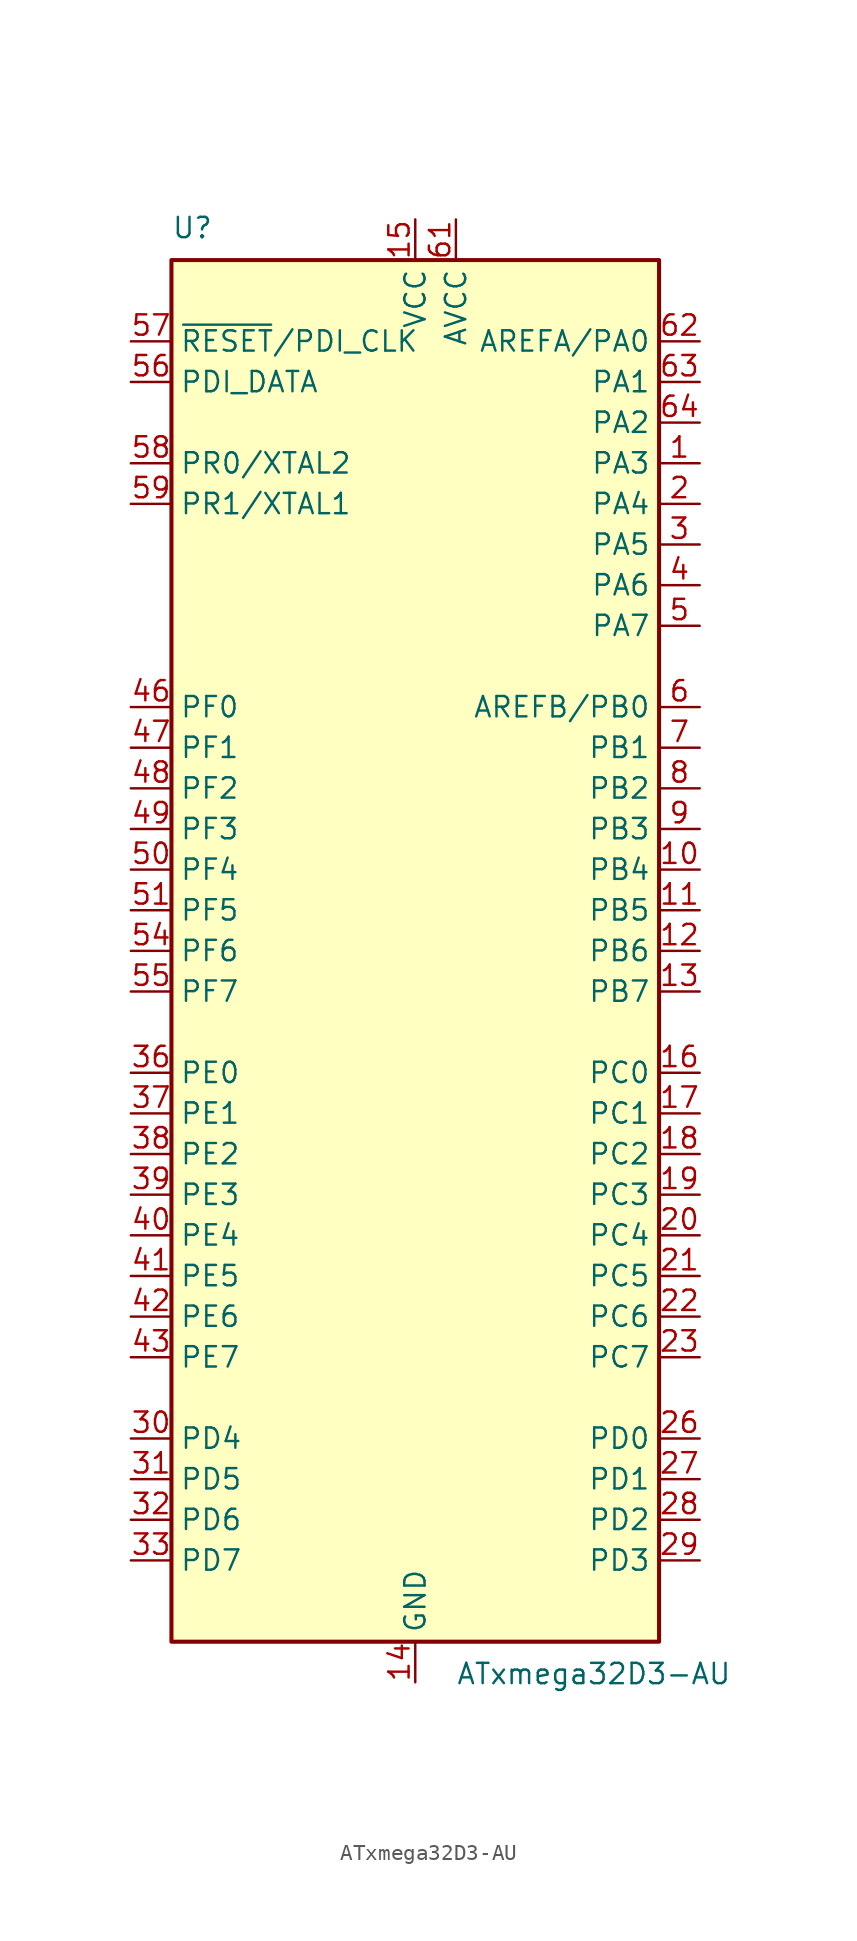
<source format=kicad_sym>
(kicad_symbol_lib
  (version 20201005)
  (generator kicad_symbol_editor)
  (symbol "ATxmega32D3-AU"
    (property "Reference" "U"
      (at -15.24 44.45 0)
      (effects (font (size 1.27 1.27)) (justify left bottom)))
    (property "Value" "ATxmega32D3-AU"
      (at 2.54 -44.45 0)
      (effects (font (size 1.27 1.27)) (justify left top)))
    (symbol "ATxmega32D3-AU_0_1"
      (rectangle (start -15.24 -43.18) (end 15.24 43.18) (stroke (width 0.254)) (fill (type background))))
    (symbol "ATxmega32D3-AU_1_1"
      (pin tri_state line (at 17.78 30.48 180) (length 2.54) (name "PA3" (effects (font (size 1.27 1.27)))) (number "1" (effects (font (size 1.27 1.27)))))
      (pin tri_state line (at 17.78 5.08 180) (length 2.54) (name "PB4" (effects (font (size 1.27 1.27)))) (number "10" (effects (font (size 1.27 1.27)))))
      (pin tri_state line (at 17.78 2.54 180) (length 2.54) (name "PB5" (effects (font (size 1.27 1.27)))) (number "11" (effects (font (size 1.27 1.27)))))
      (pin tri_state line (at 17.78 0 180) (length 2.54) (name "PB6" (effects (font (size 1.27 1.27)))) (number "12" (effects (font (size 1.27 1.27)))))
      (pin tri_state line (at 17.78 -2.54 180) (length 2.54) (name "PB7" (effects (font (size 1.27 1.27)))) (number "13" (effects (font (size 1.27 1.27)))))
      (pin power_in line (at 0 -45.72 90) (length 2.54) (name "GND" (effects (font (size 1.27 1.27)))) (number "14" (effects (font (size 1.27 1.27)))))
      (pin power_in line (at 0 45.72 270) (length 2.54) (name "VCC" (effects (font (size 1.27 1.27)))) (number "15" (effects (font (size 1.27 1.27)))))
      (pin tri_state line (at 17.78 -7.62 180) (length 2.54) (name "PC0" (effects (font (size 1.27 1.27)))) (number "16" (effects (font (size 1.27 1.27)))))
      (pin tri_state line (at 17.78 -10.16 180) (length 2.54) (name "PC1" (effects (font (size 1.27 1.27)))) (number "17" (effects (font (size 1.27 1.27)))))
      (pin tri_state line (at 17.78 -12.7 180) (length 2.54) (name "PC2" (effects (font (size 1.27 1.27)))) (number "18" (effects (font (size 1.27 1.27)))))
      (pin tri_state line (at 17.78 -15.24 180) (length 2.54) (name "PC3" (effects (font (size 1.27 1.27)))) (number "19" (effects (font (size 1.27 1.27)))))
      (pin tri_state line (at 17.78 27.94 180) (length 2.54) (name "PA4" (effects (font (size 1.27 1.27)))) (number "2" (effects (font (size 1.27 1.27)))))
      (pin tri_state line (at 17.78 -17.78 180) (length 2.54) (name "PC4" (effects (font (size 1.27 1.27)))) (number "20" (effects (font (size 1.27 1.27)))))
      (pin tri_state line (at 17.78 -20.32 180) (length 2.54) (name "PC5" (effects (font (size 1.27 1.27)))) (number "21" (effects (font (size 1.27 1.27)))))
      (pin tri_state line (at 17.78 -22.86 180) (length 2.54) (name "PC6" (effects (font (size 1.27 1.27)))) (number "22" (effects (font (size 1.27 1.27)))))
      (pin tri_state line (at 17.78 -25.4 180) (length 2.54) (name "PC7" (effects (font (size 1.27 1.27)))) (number "23" (effects (font (size 1.27 1.27)))))
      (pin passive line (at 0 -45.72 90) (length 2.54) hide (name "GND" (effects (font (size 1.27 1.27)))) (number "24" (effects (font (size 1.27 1.27)))))
      (pin passive line (at 0 45.72 270) (length 2.54) hide (name "VCC" (effects (font (size 1.27 1.27)))) (number "25" (effects (font (size 1.27 1.27)))))
      (pin tri_state line (at 17.78 -30.48 180) (length 2.54) (name "PD0" (effects (font (size 1.27 1.27)))) (number "26" (effects (font (size 1.27 1.27)))))
      (pin tri_state line (at 17.78 -33.02 180) (length 2.54) (name "PD1" (effects (font (size 1.27 1.27)))) (number "27" (effects (font (size 1.27 1.27)))))
      (pin tri_state line (at 17.78 -35.56 180) (length 2.54) (name "PD2" (effects (font (size 1.27 1.27)))) (number "28" (effects (font (size 1.27 1.27)))))
      (pin tri_state line (at 17.78 -38.1 180) (length 2.54) (name "PD3" (effects (font (size 1.27 1.27)))) (number "29" (effects (font (size 1.27 1.27)))))
      (pin tri_state line (at 17.78 25.4 180) (length 2.54) (name "PA5" (effects (font (size 1.27 1.27)))) (number "3" (effects (font (size 1.27 1.27)))))
      (pin tri_state line (at -17.78 -30.48 0) (length 2.54) (name "PD4" (effects (font (size 1.27 1.27)))) (number "30" (effects (font (size 1.27 1.27)))))
      (pin tri_state line (at -17.78 -33.02 0) (length 2.54) (name "PD5" (effects (font (size 1.27 1.27)))) (number "31" (effects (font (size 1.27 1.27)))))
      (pin tri_state line (at -17.78 -35.56 0) (length 2.54) (name "PD6" (effects (font (size 1.27 1.27)))) (number "32" (effects (font (size 1.27 1.27)))))
      (pin tri_state line (at -17.78 -38.1 0) (length 2.54) (name "PD7" (effects (font (size 1.27 1.27)))) (number "33" (effects (font (size 1.27 1.27)))))
      (pin passive line (at 0 -45.72 90) (length 2.54) hide (name "GND" (effects (font (size 1.27 1.27)))) (number "34" (effects (font (size 1.27 1.27)))))
      (pin passive line (at 0 45.72 270) (length 2.54) hide (name "VCC" (effects (font (size 1.27 1.27)))) (number "35" (effects (font (size 1.27 1.27)))))
      (pin tri_state line (at -17.78 -7.62 0) (length 2.54) (name "PE0" (effects (font (size 1.27 1.27)))) (number "36" (effects (font (size 1.27 1.27)))))
      (pin tri_state line (at -17.78 -10.16 0) (length 2.54) (name "PE1" (effects (font (size 1.27 1.27)))) (number "37" (effects (font (size 1.27 1.27)))))
      (pin tri_state line (at -17.78 -12.7 0) (length 2.54) (name "PE2" (effects (font (size 1.27 1.27)))) (number "38" (effects (font (size 1.27 1.27)))))
      (pin tri_state line (at -17.78 -15.24 0) (length 2.54) (name "PE3" (effects (font (size 1.27 1.27)))) (number "39" (effects (font (size 1.27 1.27)))))
      (pin tri_state line (at 17.78 22.86 180) (length 2.54) (name "PA6" (effects (font (size 1.27 1.27)))) (number "4" (effects (font (size 1.27 1.27)))))
      (pin tri_state line (at -17.78 -17.78 0) (length 2.54) (name "PE4" (effects (font (size 1.27 1.27)))) (number "40" (effects (font (size 1.27 1.27)))))
      (pin tri_state line (at -17.78 -20.32 0) (length 2.54) (name "PE5" (effects (font (size 1.27 1.27)))) (number "41" (effects (font (size 1.27 1.27)))))
      (pin tri_state line (at -17.78 -22.86 0) (length 2.54) (name "PE6" (effects (font (size 1.27 1.27)))) (number "42" (effects (font (size 1.27 1.27)))))
      (pin tri_state line (at -17.78 -25.4 0) (length 2.54) (name "PE7" (effects (font (size 1.27 1.27)))) (number "43" (effects (font (size 1.27 1.27)))))
      (pin passive line (at 0 -45.72 90) (length 2.54) hide (name "GND" (effects (font (size 1.27 1.27)))) (number "44" (effects (font (size 1.27 1.27)))))
      (pin passive line (at 0 45.72 270) (length 2.54) hide (name "VCC" (effects (font (size 1.27 1.27)))) (number "45" (effects (font (size 1.27 1.27)))))
      (pin tri_state line (at -17.78 15.24 0) (length 2.54) (name "PF0" (effects (font (size 1.27 1.27)))) (number "46" (effects (font (size 1.27 1.27)))))
      (pin tri_state line (at -17.78 12.7 0) (length 2.54) (name "PF1" (effects (font (size 1.27 1.27)))) (number "47" (effects (font (size 1.27 1.27)))))
      (pin tri_state line (at -17.78 10.16 0) (length 2.54) (name "PF2" (effects (font (size 1.27 1.27)))) (number "48" (effects (font (size 1.27 1.27)))))
      (pin tri_state line (at -17.78 7.62 0) (length 2.54) (name "PF3" (effects (font (size 1.27 1.27)))) (number "49" (effects (font (size 1.27 1.27)))))
      (pin tri_state line (at 17.78 20.32 180) (length 2.54) (name "PA7" (effects (font (size 1.27 1.27)))) (number "5" (effects (font (size 1.27 1.27)))))
      (pin tri_state line (at -17.78 5.08 0) (length 2.54) (name "PF4" (effects (font (size 1.27 1.27)))) (number "50" (effects (font (size 1.27 1.27)))))
      (pin tri_state line (at -17.78 2.54 0) (length 2.54) (name "PF5" (effects (font (size 1.27 1.27)))) (number "51" (effects (font (size 1.27 1.27)))))
      (pin passive line (at 0 -45.72 90) (length 2.54) hide (name "GND" (effects (font (size 1.27 1.27)))) (number "52" (effects (font (size 1.27 1.27)))))
      (pin passive line (at 0 45.72 270) (length 2.54) hide (name "VCC" (effects (font (size 1.27 1.27)))) (number "53" (effects (font (size 1.27 1.27)))))
      (pin tri_state line (at -17.78 0 0) (length 2.54) (name "PF6" (effects (font (size 1.27 1.27)))) (number "54" (effects (font (size 1.27 1.27)))))
      (pin tri_state line (at -17.78 -2.54 0) (length 2.54) (name "PF7" (effects (font (size 1.27 1.27)))) (number "55" (effects (font (size 1.27 1.27)))))
      (pin bidirectional line (at -17.78 35.56 0) (length 2.54) (name "PDI_DATA" (effects (font (size 1.27 1.27)))) (number "56" (effects (font (size 1.27 1.27)))))
      (pin input line (at -17.78 38.1 0) (length 2.54) (name "~RESET~/PDI_CLK" (effects (font (size 1.27 1.27)))) (number "57" (effects (font (size 1.27 1.27)))))
      (pin tri_state line (at -17.78 30.48 0) (length 2.54) (name "PR0/XTAL2" (effects (font (size 1.27 1.27)))) (number "58" (effects (font (size 1.27 1.27)))))
      (pin tri_state line (at -17.78 27.94 0) (length 2.54) (name "PR1/XTAL1" (effects (font (size 1.27 1.27)))) (number "59" (effects (font (size 1.27 1.27)))))
      (pin tri_state line (at 17.78 15.24 180) (length 2.54) (name "AREFB/PB0" (effects (font (size 1.27 1.27)))) (number "6" (effects (font (size 1.27 1.27)))))
      (pin passive line (at 0 -45.72 90) (length 2.54) hide (name "GND" (effects (font (size 1.27 1.27)))) (number "60" (effects (font (size 1.27 1.27)))))
      (pin power_in line (at 2.54 45.72 270) (length 2.54) (name "AVCC" (effects (font (size 1.27 1.27)))) (number "61" (effects (font (size 1.27 1.27)))))
      (pin tri_state line (at 17.78 38.1 180) (length 2.54) (name "AREFA/PA0" (effects (font (size 1.27 1.27)))) (number "62" (effects (font (size 1.27 1.27)))))
      (pin tri_state line (at 17.78 35.56 180) (length 2.54) (name "PA1" (effects (font (size 1.27 1.27)))) (number "63" (effects (font (size 1.27 1.27)))))
      (pin tri_state line (at 17.78 33.02 180) (length 2.54) (name "PA2" (effects (font (size 1.27 1.27)))) (number "64" (effects (font (size 1.27 1.27)))))
      (pin tri_state line (at 17.78 12.7 180) (length 2.54) (name "PB1" (effects (font (size 1.27 1.27)))) (number "7" (effects (font (size 1.27 1.27)))))
      (pin tri_state line (at 17.78 10.16 180) (length 2.54) (name "PB2" (effects (font (size 1.27 1.27)))) (number "8" (effects (font (size 1.27 1.27)))))
      (pin tri_state line (at 17.78 7.62 180) (length 2.54) (name "PB3" (effects (font (size 1.27 1.27)))) (number "9" (effects (font (size 1.27 1.27))))))))
</source>
